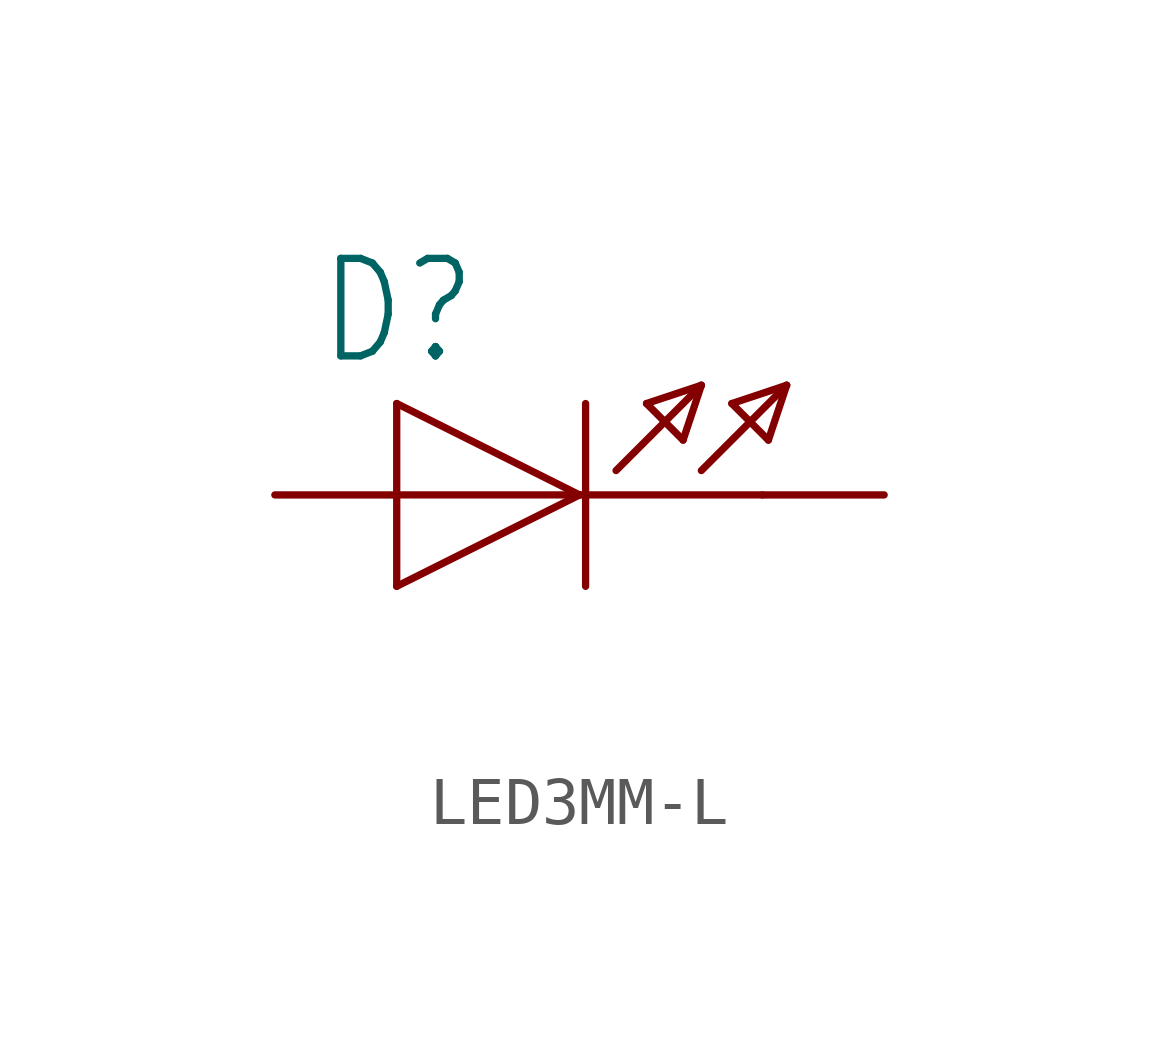
<source format=kicad_sym>
(kicad_symbol_lib
  (version 20241209)
  (generator "kicad_symbol_editor")
  (generator_version "9.0")
  (symbol "LED3MM-L"
    (property "Reference" "D"
      (at -4.216 2.642 0)
      (effects (font (size 2.032 1.727)) (justify left bottom)))
    (property "Value" ""
      (at -4.47 -4.496 0)
      (effects (font (size 2.032 1.727)) (justify left bottom)))
    (property "ki_locked" ""
      (at 0 0 0)
      (effects (font (size 1.27 1.27))))
    (symbol "LED3MM-L_1_0"
      (polyline (pts (xy -2.54 1.905) (xy -2.54 0)) (stroke (width 0.152) (type solid)) (fill (type none)))
      (polyline (pts (xy -2.54 0) (xy -2.54 -1.905)) (stroke (width 0.152) (type solid)) (fill (type none)))
      (polyline (pts (xy -2.54 0) (xy 5.08 0)) (stroke (width 0.152) (type solid)) (fill (type none)))
      (polyline (pts (xy -2.54 -1.905) (xy 1.27 0)) (stroke (width 0.152) (type solid)) (fill (type none)))
      (polyline (pts (xy 1.27 0) (xy -2.54 1.905)) (stroke (width 0.152) (type solid)) (fill (type none)))
      (polyline (pts (xy 1.397 1.905) (xy 1.397 -1.905)) (stroke (width 0.152) (type solid)) (fill (type none)))
      (polyline (pts (xy 2.032 0.508) (xy 3.81 2.286)) (stroke (width 0.152) (type solid)) (fill (type none)))
      (polyline (pts (xy 2.667 1.905) (xy 3.429 1.143)) (stroke (width 0.152) (type solid)) (fill (type none)))
      (polyline (pts (xy 3.429 1.143) (xy 3.81 2.286)) (stroke (width 0.152) (type solid)) (fill (type none)))
      (polyline (pts (xy 3.81 2.286) (xy 2.667 1.905)) (stroke (width 0.152) (type solid)) (fill (type none)))
      (polyline (pts (xy 3.81 0.508) (xy 5.588 2.286)) (stroke (width 0.152) (type solid)) (fill (type none)))
      (polyline (pts (xy 4.445 1.905) (xy 5.207 1.143)) (stroke (width 0.152) (type solid)) (fill (type none)))
      (polyline (pts (xy 5.207 1.143) (xy 5.588 2.286)) (stroke (width 0.152) (type solid)) (fill (type none)))
      (polyline (pts (xy 5.588 2.286) (xy 4.445 1.905)) (stroke (width 0.152) (type solid)) (fill (type none)))
      (pin passive line (at -5.08 0 0) (length 2.54) (name "A" (effects (font (size 0 0)))) (number "A" (effects (font (size 0 0)))))
      (pin passive line (at 7.62 0 180) (length 2.54) (name "K" (effects (font (size 0 0)))) (number "K" (effects (font (size 0 0))))))))
</source>
